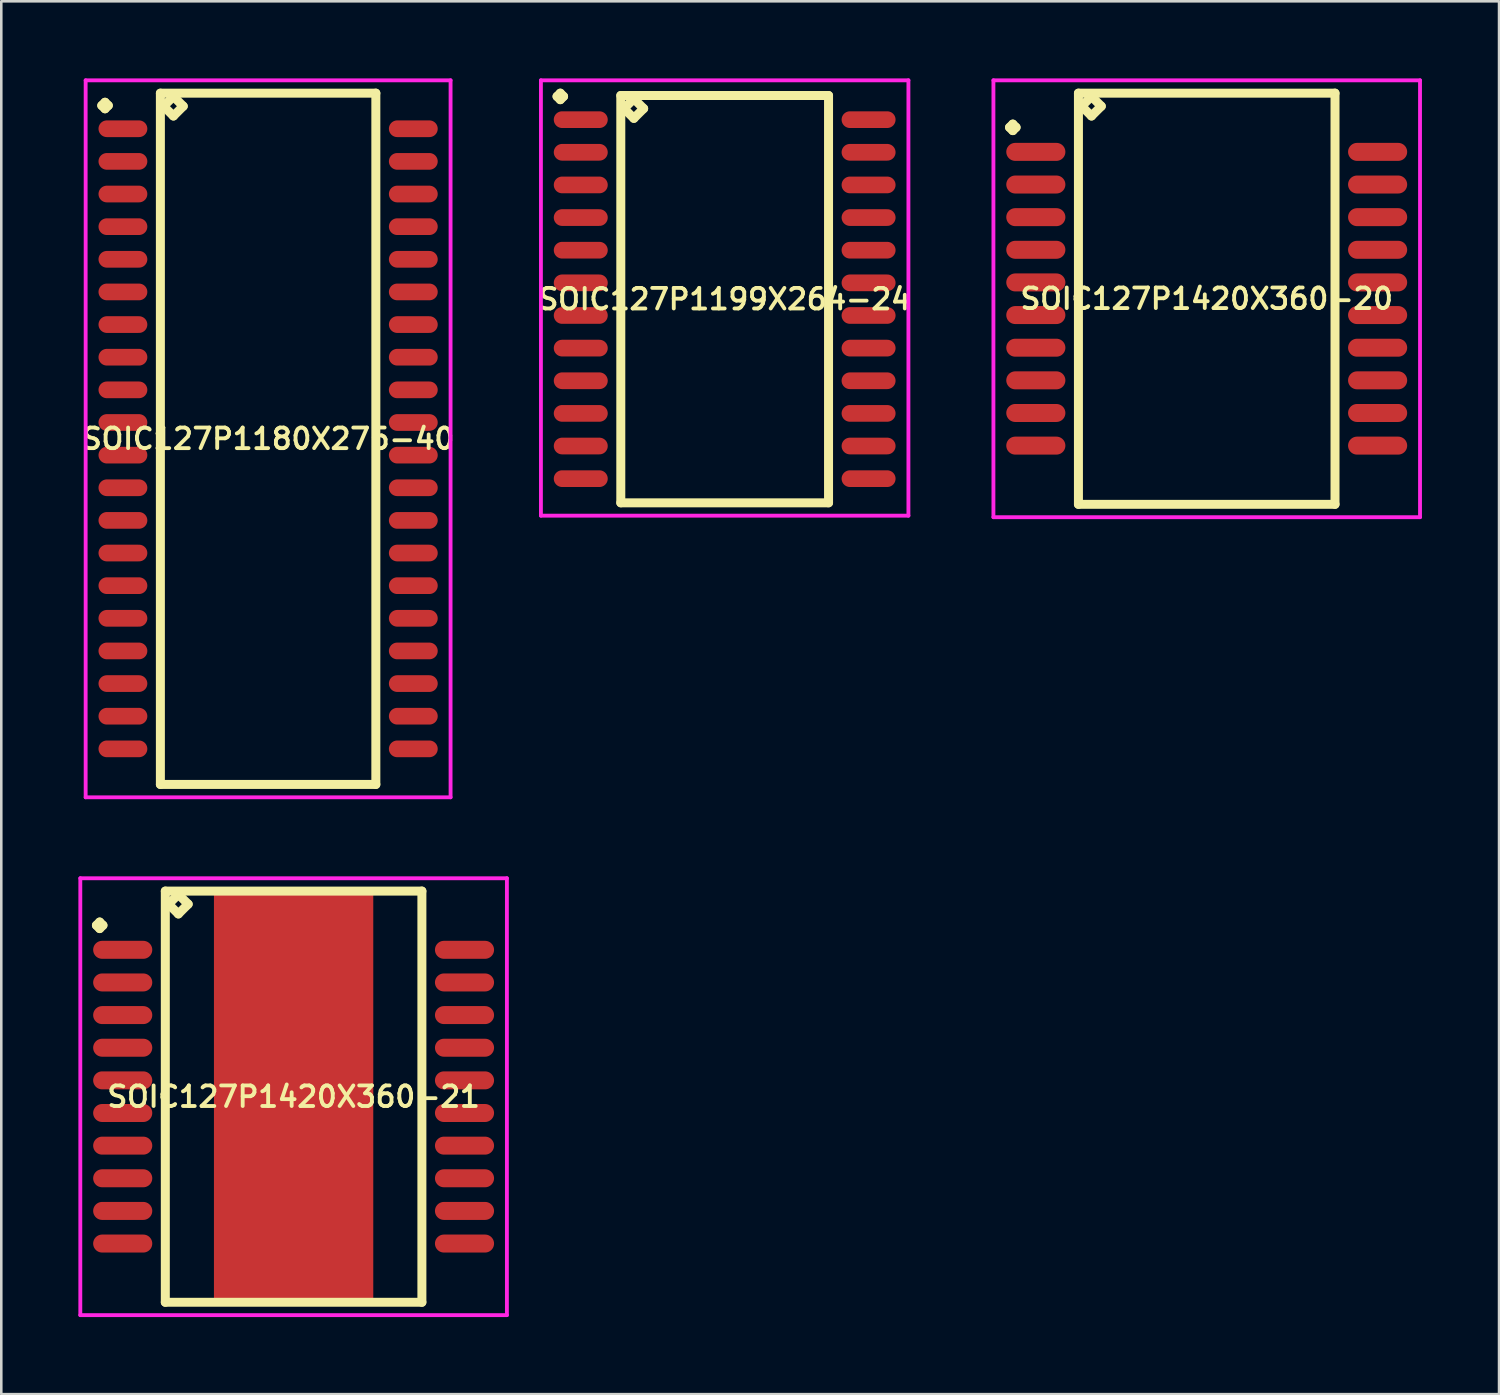
<source format=kicad_pcb>
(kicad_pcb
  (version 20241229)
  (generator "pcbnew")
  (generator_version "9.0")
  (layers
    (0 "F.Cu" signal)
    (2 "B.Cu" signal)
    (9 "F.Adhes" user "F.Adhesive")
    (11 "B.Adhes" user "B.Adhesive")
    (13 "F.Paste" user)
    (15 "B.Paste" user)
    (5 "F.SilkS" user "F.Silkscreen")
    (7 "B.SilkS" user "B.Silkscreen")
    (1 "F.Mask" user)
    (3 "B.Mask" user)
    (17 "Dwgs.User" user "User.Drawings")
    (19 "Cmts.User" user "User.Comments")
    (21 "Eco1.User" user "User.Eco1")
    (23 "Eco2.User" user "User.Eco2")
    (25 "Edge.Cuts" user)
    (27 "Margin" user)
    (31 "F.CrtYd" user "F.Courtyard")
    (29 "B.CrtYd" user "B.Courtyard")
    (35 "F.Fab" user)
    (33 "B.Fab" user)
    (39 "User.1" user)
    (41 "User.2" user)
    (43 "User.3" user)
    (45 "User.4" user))
  (footprint "SOIC127P1199X264-24"
    (layer "F.Cu")
    (at 25.149 8.591)
    (property "Reference" "SOIC127P1199X264-24" (at 0 0 0) (layer "F.SilkS") (effects (font (size 0.8 0.8) (thickness 0.15))))
    (attr smd)
    (fp_line (start -6.523 -7.889) (end -6.396 -8.016) (stroke (width 0.35) (type solid)) (layer "F.SilkS"))
    (fp_line (start -6.396 -8.016) (end -6.269 -7.889) (stroke (width 0.35) (type solid)) (layer "F.SilkS"))
    (fp_line (start -6.396 -7.762) (end -6.523 -7.889) (stroke (width 0.35) (type solid)) (layer "F.SilkS"))
    (fp_line (start -6.269 -7.889) (end -6.396 -7.762) (stroke (width 0.35) (type solid)) (layer "F.SilkS"))
    (fp_line (start -4.042 -7.925) (end -4.042 7.925) (stroke (width 0.35) (type solid)) (layer "F.SilkS"))
    (fp_line (start -4.042 7.925) (end 4.042 7.925) (stroke (width 0.35) (type solid)) (layer "F.SilkS"))
    (fp_line (start -3.915 -7.417) (end -3.534 -7.798) (stroke (width 0.35) (type solid)) (layer "F.SilkS"))
    (fp_line (start -3.534 -7.798) (end -3.153 -7.417) (stroke (width 0.35) (type solid)) (layer "F.SilkS"))
    (fp_line (start -3.534 -7.036) (end -3.915 -7.417) (stroke (width 0.35) (type solid)) (layer "F.SilkS"))
    (fp_line (start -3.153 -7.417) (end -3.534 -7.036) (stroke (width 0.35) (type solid)) (layer "F.SilkS"))
    (fp_line (start 4.042 -7.925) (end -4.042 -7.925) (stroke (width 0.35) (type solid)) (layer "F.SilkS"))
    (fp_line (start 4.042 7.925) (end 4.042 -7.925) (stroke (width 0.35) (type solid)) (layer "F.SilkS"))
    (fp_line (start -7.15 -8.516) (end 7.15 -8.516) (stroke (width 0.15) (type solid)) (layer "F.CrtYd"))
    (fp_line (start -7.15 8.425) (end -7.15 -8.516) (stroke (width 0.15) (type solid)) (layer "F.CrtYd"))
    (fp_line (start 7.15 -8.516) (end 7.15 8.425) (stroke (width 0.15) (type solid)) (layer "F.CrtYd"))
    (fp_line (start 7.15 8.425) (end -7.15 8.425) (stroke (width 0.15) (type solid)) (layer "F.CrtYd"))
    (pad "1" smd oval (at -5.6 -6.985) (size 2.1 0.65) (layers "F.Cu" "F.Mask" "F.Paste"))
    (pad "2" smd oval (at -5.6 -5.715) (size 2.1 0.65) (layers "F.Cu" "F.Mask" "F.Paste"))
    (pad "3" smd oval (at -5.6 -4.445) (size 2.1 0.65) (layers "F.Cu" "F.Mask" "F.Paste"))
    (pad "4" smd oval (at -5.6 -3.175) (size 2.1 0.65) (layers "F.Cu" "F.Mask" "F.Paste"))
    (pad "5" smd oval (at -5.6 -1.905) (size 2.1 0.65) (layers "F.Cu" "F.Mask" "F.Paste"))
    (pad "6" smd oval (at -5.6 -0.635) (size 2.1 0.65) (layers "F.Cu" "F.Mask" "F.Paste"))
    (pad "7" smd oval (at -5.6 0.635) (size 2.1 0.65) (layers "F.Cu" "F.Mask" "F.Paste"))
    (pad "8" smd oval (at -5.6 1.905) (size 2.1 0.65) (layers "F.Cu" "F.Mask" "F.Paste"))
    (pad "9" smd oval (at -5.6 3.175) (size 2.1 0.65) (layers "F.Cu" "F.Mask" "F.Paste"))
    (pad "10" smd oval (at -5.6 4.445) (size 2.1 0.65) (layers "F.Cu" "F.Mask" "F.Paste"))
    (pad "11" smd oval (at -5.6 5.715) (size 2.1 0.65) (layers "F.Cu" "F.Mask" "F.Paste"))
    (pad "12" smd oval (at -5.6 6.985) (size 2.1 0.65) (layers "F.Cu" "F.Mask" "F.Paste"))
    (pad "13" smd oval (at 5.6 6.985) (size 2.1 0.65) (layers "F.Cu" "F.Mask" "F.Paste"))
    (pad "14" smd oval (at 5.6 5.715) (size 2.1 0.65) (layers "F.Cu" "F.Mask" "F.Paste"))
    (pad "15" smd oval (at 5.6 4.445) (size 2.1 0.65) (layers "F.Cu" "F.Mask" "F.Paste"))
    (pad "16" smd oval (at 5.6 3.175) (size 2.1 0.65) (layers "F.Cu" "F.Mask" "F.Paste"))
    (pad "17" smd oval (at 5.6 1.905) (size 2.1 0.65) (layers "F.Cu" "F.Mask" "F.Paste"))
    (pad "18" smd oval (at 5.6 0.635) (size 2.1 0.65) (layers "F.Cu" "F.Mask" "F.Paste"))
    (pad "19" smd oval (at 5.6 -0.635) (size 2.1 0.65) (layers "F.Cu" "F.Mask" "F.Paste"))
    (pad "20" smd oval (at 5.6 -1.905) (size 2.1 0.65) (layers "F.Cu" "F.Mask" "F.Paste"))
    (pad "21" smd oval (at 5.6 -3.175) (size 2.1 0.65) (layers "F.Cu" "F.Mask" "F.Paste"))
    (pad "22" smd oval (at 5.6 -4.445) (size 2.1 0.65) (layers "F.Cu" "F.Mask" "F.Paste"))
    (pad "23" smd oval (at 5.6 -5.715) (size 2.1 0.65) (layers "F.Cu" "F.Mask" "F.Paste"))
    (pad "24" smd oval (at 5.6 -6.985) (size 2.1 0.65) (layers "F.Cu" "F.Mask" "F.Paste")))
  (footprint "SOIC127P1420X360-21"
    (layer "F.Cu")
    (at 8.375 39.625)
    (property "Reference" "SOIC127P1420X360-21" (at 0 0 0) (layer "F.SilkS") (effects (font (size 0.8 0.8) (thickness 0.15))))
    (attr smd)
    (fp_line (start -7.673 -6.669) (end -7.546 -6.796) (stroke (width 0.35) (type solid)) (layer "F.SilkS"))
    (fp_line (start -7.546 -6.796) (end -7.419 -6.669) (stroke (width 0.35) (type solid)) (layer "F.SilkS"))
    (fp_line (start -7.546 -6.542) (end -7.673 -6.669) (stroke (width 0.35) (type solid)) (layer "F.SilkS"))
    (fp_line (start -7.419 -6.669) (end -7.546 -6.542) (stroke (width 0.35) (type solid)) (layer "F.SilkS"))
    (fp_line (start -4.992 -8) (end -4.992 8) (stroke (width 0.35) (type solid)) (layer "F.SilkS"))
    (fp_line (start -4.992 8) (end 4.992 8) (stroke (width 0.35) (type solid)) (layer "F.SilkS"))
    (fp_line (start -4.865 -7.492) (end -4.484 -7.873) (stroke (width 0.35) (type solid)) (layer "F.SilkS"))
    (fp_line (start -4.484 -7.873) (end -4.103 -7.492) (stroke (width 0.35) (type solid)) (layer "F.SilkS"))
    (fp_line (start -4.484 -7.111) (end -4.865 -7.492) (stroke (width 0.35) (type solid)) (layer "F.SilkS"))
    (fp_line (start -4.103 -7.492) (end -4.484 -7.111) (stroke (width 0.35) (type solid)) (layer "F.SilkS"))
    (fp_line (start 4.992 -8) (end -4.992 -8) (stroke (width 0.35) (type solid)) (layer "F.SilkS"))
    (fp_line (start 4.992 8) (end 4.992 -8) (stroke (width 0.35) (type solid)) (layer "F.SilkS"))
    (fp_line (start -8.3 -8.5) (end 8.3 -8.5) (stroke (width 0.15) (type solid)) (layer "F.CrtYd"))
    (fp_line (start -8.3 8.5) (end -8.3 -8.5) (stroke (width 0.15) (type solid)) (layer "F.CrtYd"))
    (fp_line (start 8.3 -8.5) (end 8.3 8.5) (stroke (width 0.15) (type solid)) (layer "F.CrtYd"))
    (fp_line (start 8.3 8.5) (end -8.3 8.5) (stroke (width 0.15) (type solid)) (layer "F.CrtYd"))
    (pad "1" smd oval (at -6.65 -5.715) (size 2.3 0.7) (layers "F.Cu" "F.Mask" "F.Paste"))
    (pad "2" smd oval (at -6.65 -4.445) (size 2.3 0.7) (layers "F.Cu" "F.Mask" "F.Paste"))
    (pad "3" smd oval (at -6.65 -3.175) (size 2.3 0.7) (layers "F.Cu" "F.Mask" "F.Paste"))
    (pad "4" smd oval (at -6.65 -1.905) (size 2.3 0.7) (layers "F.Cu" "F.Mask" "F.Paste"))
    (pad "5" smd oval (at -6.65 -0.635) (size 2.3 0.7) (layers "F.Cu" "F.Mask" "F.Paste"))
    (pad "6" smd oval (at -6.65 0.635) (size 2.3 0.7) (layers "F.Cu" "F.Mask" "F.Paste"))
    (pad "7" smd oval (at -6.65 1.905) (size 2.3 0.7) (layers "F.Cu" "F.Mask" "F.Paste"))
    (pad "8" smd oval (at -6.65 3.175) (size 2.3 0.7) (layers "F.Cu" "F.Mask" "F.Paste"))
    (pad "9" smd oval (at -6.65 4.445) (size 2.3 0.7) (layers "F.Cu" "F.Mask" "F.Paste"))
    (pad "10" smd oval (at -6.65 5.715) (size 2.3 0.7) (layers "F.Cu" "F.Mask" "F.Paste"))
    (pad "11" smd oval (at 6.65 5.715) (size 2.3 0.7) (layers "F.Cu" "F.Mask" "F.Paste"))
    (pad "12" smd oval (at 6.65 4.445) (size 2.3 0.7) (layers "F.Cu" "F.Mask" "F.Paste"))
    (pad "13" smd oval (at 6.65 3.175) (size 2.3 0.7) (layers "F.Cu" "F.Mask" "F.Paste"))
    (pad "14" smd oval (at 6.65 1.905) (size 2.3 0.7) (layers "F.Cu" "F.Mask" "F.Paste"))
    (pad "15" smd oval (at 6.65 0.635) (size 2.3 0.7) (layers "F.Cu" "F.Mask" "F.Paste"))
    (pad "16" smd oval (at 6.65 -0.635) (size 2.3 0.7) (layers "F.Cu" "F.Mask" "F.Paste"))
    (pad "17" smd oval (at 6.65 -1.905) (size 2.3 0.7) (layers "F.Cu" "F.Mask" "F.Paste"))
    (pad "18" smd oval (at 6.65 -3.175) (size 2.3 0.7) (layers "F.Cu" "F.Mask" "F.Paste"))
    (pad "19" smd oval (at 6.65 -4.445) (size 2.3 0.7) (layers "F.Cu" "F.Mask" "F.Paste"))
    (pad "20" smd oval (at 6.65 -5.715) (size 2.3 0.7) (layers "F.Cu" "F.Mask" "F.Paste"))
    (pad "21" smd rect (at 0 0) (size 6.2 16) (layers "F.Cu" "F.Mask" "F.Paste")))
  (footprint "SOIC127P1420X360-20"
    (layer "F.Cu")
    (at 43.907 8.575)
    (property "Reference" "SOIC127P1420X360-20" (at 0 0 0) (layer "F.SilkS") (effects (font (size 0.8 0.8) (thickness 0.15))))
    (attr through_hole)
    (fp_line (start -7.673 -6.669) (end -7.546 -6.796) (stroke (width 0.35) (type solid)) (layer "F.SilkS"))
    (fp_line (start -7.546 -6.796) (end -7.419 -6.669) (stroke (width 0.35) (type solid)) (layer "F.SilkS"))
    (fp_line (start -7.546 -6.542) (end -7.673 -6.669) (stroke (width 0.35) (type solid)) (layer "F.SilkS"))
    (fp_line (start -7.419 -6.669) (end -7.546 -6.542) (stroke (width 0.35) (type solid)) (layer "F.SilkS"))
    (fp_line (start -4.992 -8) (end -4.992 8) (stroke (width 0.35) (type solid)) (layer "F.SilkS"))
    (fp_line (start -4.992 8) (end 4.992 8) (stroke (width 0.35) (type solid)) (layer "F.SilkS"))
    (fp_line (start -4.865 -7.492) (end -4.484 -7.873) (stroke (width 0.35) (type solid)) (layer "F.SilkS"))
    (fp_line (start -4.484 -7.873) (end -4.103 -7.492) (stroke (width 0.35) (type solid)) (layer "F.SilkS"))
    (fp_line (start -4.484 -7.111) (end -4.865 -7.492) (stroke (width 0.35) (type solid)) (layer "F.SilkS"))
    (fp_line (start -4.103 -7.492) (end -4.484 -7.111) (stroke (width 0.35) (type solid)) (layer "F.SilkS"))
    (fp_line (start 4.992 -8) (end -4.992 -8) (stroke (width 0.35) (type solid)) (layer "F.SilkS"))
    (fp_line (start 4.992 8) (end 4.992 -8) (stroke (width 0.35) (type solid)) (layer "F.SilkS"))
    (fp_line (start -8.3 -8.5) (end 8.3 -8.5) (stroke (width 0.15) (type solid)) (layer "F.CrtYd"))
    (fp_line (start -8.3 8.5) (end -8.3 -8.5) (stroke (width 0.15) (type solid)) (layer "F.CrtYd"))
    (fp_line (start 8.3 -8.5) (end 8.3 8.5) (stroke (width 0.15) (type solid)) (layer "F.CrtYd"))
    (fp_line (start 8.3 8.5) (end -8.3 8.5) (stroke (width 0.15) (type solid)) (layer "F.CrtYd"))
    (pad "1" smd oval (at -6.65 -5.715) (size 2.3 0.7) (layers "F.Cu" "F.Mask" "F.Paste"))
    (pad "2" smd oval (at -6.65 -4.445) (size 2.3 0.7) (layers "F.Cu" "F.Mask" "F.Paste"))
    (pad "3" smd oval (at -6.65 -3.175) (size 2.3 0.7) (layers "F.Cu" "F.Mask" "F.Paste"))
    (pad "4" smd oval (at -6.65 -1.905) (size 2.3 0.7) (layers "F.Cu" "F.Mask" "F.Paste"))
    (pad "5" smd oval (at -6.65 -0.635) (size 2.3 0.7) (layers "F.Cu" "F.Mask" "F.Paste"))
    (pad "6" smd oval (at -6.65 0.635) (size 2.3 0.7) (layers "F.Cu" "F.Mask" "F.Paste"))
    (pad "7" smd oval (at -6.65 1.905) (size 2.3 0.7) (layers "F.Cu" "F.Mask" "F.Paste"))
    (pad "8" smd oval (at -6.65 3.175) (size 2.3 0.7) (layers "F.Cu" "F.Mask" "F.Paste"))
    (pad "9" smd oval (at -6.65 4.445) (size 2.3 0.7) (layers "F.Cu" "F.Mask" "F.Paste"))
    (pad "10" smd oval (at -6.65 5.715) (size 2.3 0.7) (layers "F.Cu" "F.Mask" "F.Paste"))
    (pad "11" smd oval (at 6.65 5.715) (size 2.3 0.7) (layers "F.Cu" "F.Mask" "F.Paste"))
    (pad "12" smd oval (at 6.65 4.445) (size 2.3 0.7) (layers "F.Cu" "F.Mask" "F.Paste"))
    (pad "13" smd oval (at 6.65 3.175) (size 2.3 0.7) (layers "F.Cu" "F.Mask" "F.Paste"))
    (pad "14" smd oval (at 6.65 1.905) (size 2.3 0.7) (layers "F.Cu" "F.Mask" "F.Paste"))
    (pad "15" smd oval (at 6.65 0.635) (size 2.3 0.7) (layers "F.Cu" "F.Mask" "F.Paste"))
    (pad "16" smd oval (at 6.65 -0.635) (size 2.3 0.7) (layers "F.Cu" "F.Mask" "F.Paste"))
    (pad "17" smd oval (at 6.65 -1.905) (size 2.3 0.7) (layers "F.Cu" "F.Mask" "F.Paste"))
    (pad "18" smd oval (at 6.65 -3.175) (size 2.3 0.7) (layers "F.Cu" "F.Mask" "F.Paste"))
    (pad "19" smd oval (at 6.65 -4.445) (size 2.3 0.7) (layers "F.Cu" "F.Mask" "F.Paste"))
    (pad "20" smd oval (at 6.65 -5.715) (size 2.3 0.7) (layers "F.Cu" "F.Mask" "F.Paste")))
  (footprint "SOIC127P1180X275-40"
    (layer "F.Cu")
    (at 7.383 14.025)
    (property "Reference" "SOIC127P1180X275-40" (at 0 0 0) (layer "F.SilkS") (effects (font (size 0.8 0.8) (thickness 0.15))))
    (attr through_hole)
    (fp_line (start -6.473 -12.969) (end -6.346 -13.096) (stroke (width 0.35) (type solid)) (layer "F.SilkS"))
    (fp_line (start -6.346 -13.096) (end -6.219 -12.969) (stroke (width 0.35) (type solid)) (layer "F.SilkS"))
    (fp_line (start -6.346 -12.842) (end -6.473 -12.969) (stroke (width 0.35) (type solid)) (layer "F.SilkS"))
    (fp_line (start -6.219 -12.969) (end -6.346 -12.842) (stroke (width 0.35) (type solid)) (layer "F.SilkS"))
    (fp_line (start -4.192 -13.45) (end -4.192 13.45) (stroke (width 0.35) (type solid)) (layer "F.SilkS"))
    (fp_line (start -4.192 13.45) (end 4.192 13.45) (stroke (width 0.35) (type solid)) (layer "F.SilkS"))
    (fp_line (start -4.065 -12.942) (end -3.684 -13.323) (stroke (width 0.35) (type solid)) (layer "F.SilkS"))
    (fp_line (start -3.684 -13.323) (end -3.303 -12.942) (stroke (width 0.35) (type solid)) (layer "F.SilkS"))
    (fp_line (start -3.684 -12.561) (end -4.065 -12.942) (stroke (width 0.35) (type solid)) (layer "F.SilkS"))
    (fp_line (start -3.303 -12.942) (end -3.684 -12.561) (stroke (width 0.35) (type solid)) (layer "F.SilkS"))
    (fp_line (start 4.192 -13.45) (end -4.192 -13.45) (stroke (width 0.35) (type solid)) (layer "F.SilkS"))
    (fp_line (start 4.192 13.45) (end 4.192 -13.45) (stroke (width 0.35) (type solid)) (layer "F.SilkS"))
    (fp_line (start -7.1 -13.95) (end 7.1 -13.95) (stroke (width 0.15) (type solid)) (layer "F.CrtYd"))
    (fp_line (start -7.1 13.95) (end -7.1 -13.95) (stroke (width 0.15) (type solid)) (layer "F.CrtYd"))
    (fp_line (start 7.1 -13.95) (end 7.1 13.95) (stroke (width 0.15) (type solid)) (layer "F.CrtYd"))
    (fp_line (start 7.1 13.95) (end -7.1 13.95) (stroke (width 0.15) (type solid)) (layer "F.CrtYd"))
    (pad "1" smd oval (at -5.65 -12.065) (size 1.9 0.65) (layers "F.Cu" "F.Mask" "F.Paste"))
    (pad "2" smd oval (at -5.65 -10.795) (size 1.9 0.65) (layers "F.Cu" "F.Mask" "F.Paste"))
    (pad "3" smd oval (at -5.65 -9.525) (size 1.9 0.65) (layers "F.Cu" "F.Mask" "F.Paste"))
    (pad "4" smd oval (at -5.65 -8.255) (size 1.9 0.65) (layers "F.Cu" "F.Mask" "F.Paste"))
    (pad "5" smd oval (at -5.65 -6.985) (size 1.9 0.65) (layers "F.Cu" "F.Mask" "F.Paste"))
    (pad "6" smd oval (at -5.65 -5.715) (size 1.9 0.65) (layers "F.Cu" "F.Mask" "F.Paste"))
    (pad "7" smd oval (at -5.65 -4.445) (size 1.9 0.65) (layers "F.Cu" "F.Mask" "F.Paste"))
    (pad "8" smd oval (at -5.65 -3.175) (size 1.9 0.65) (layers "F.Cu" "F.Mask" "F.Paste"))
    (pad "9" smd oval (at -5.65 -1.905) (size 1.9 0.65) (layers "F.Cu" "F.Mask" "F.Paste"))
    (pad "10" smd oval (at -5.65 -0.635) (size 1.9 0.65) (layers "F.Cu" "F.Mask" "F.Paste"))
    (pad "11" smd oval (at -5.65 0.635) (size 1.9 0.65) (layers "F.Cu" "F.Mask" "F.Paste"))
    (pad "12" smd oval (at -5.65 1.905) (size 1.9 0.65) (layers "F.Cu" "F.Mask" "F.Paste"))
    (pad "13" smd oval (at -5.65 3.175) (size 1.9 0.65) (layers "F.Cu" "F.Mask" "F.Paste"))
    (pad "14" smd oval (at -5.65 4.445) (size 1.9 0.65) (layers "F.Cu" "F.Mask" "F.Paste"))
    (pad "15" smd oval (at -5.65 5.715) (size 1.9 0.65) (layers "F.Cu" "F.Mask" "F.Paste"))
    (pad "16" smd oval (at -5.65 6.985) (size 1.9 0.65) (layers "F.Cu" "F.Mask" "F.Paste"))
    (pad "17" smd oval (at -5.65 8.255) (size 1.9 0.65) (layers "F.Cu" "F.Mask" "F.Paste"))
    (pad "18" smd oval (at -5.65 9.525) (size 1.9 0.65) (layers "F.Cu" "F.Mask" "F.Paste"))
    (pad "19" smd oval (at -5.65 10.795) (size 1.9 0.65) (layers "F.Cu" "F.Mask" "F.Paste"))
    (pad "20" smd oval (at -5.65 12.065) (size 1.9 0.65) (layers "F.Cu" "F.Mask" "F.Paste"))
    (pad "21" smd oval (at 5.65 12.065) (size 1.9 0.65) (layers "F.Cu" "F.Mask" "F.Paste"))
    (pad "22" smd oval (at 5.65 10.795) (size 1.9 0.65) (layers "F.Cu" "F.Mask" "F.Paste"))
    (pad "23" smd oval (at 5.65 9.525) (size 1.9 0.65) (layers "F.Cu" "F.Mask" "F.Paste"))
    (pad "24" smd oval (at 5.65 8.255) (size 1.9 0.65) (layers "F.Cu" "F.Mask" "F.Paste"))
    (pad "25" smd oval (at 5.65 6.985) (size 1.9 0.65) (layers "F.Cu" "F.Mask" "F.Paste"))
    (pad "26" smd oval (at 5.65 5.715) (size 1.9 0.65) (layers "F.Cu" "F.Mask" "F.Paste"))
    (pad "27" smd oval (at 5.65 4.445) (size 1.9 0.65) (layers "F.Cu" "F.Mask" "F.Paste"))
    (pad "28" smd oval (at 5.65 3.175) (size 1.9 0.65) (layers "F.Cu" "F.Mask" "F.Paste"))
    (pad "29" smd oval (at 5.65 1.905) (size 1.9 0.65) (layers "F.Cu" "F.Mask" "F.Paste"))
    (pad "30" smd oval (at 5.65 0.635) (size 1.9 0.65) (layers "F.Cu" "F.Mask" "F.Paste"))
    (pad "31" smd oval (at 5.65 -0.635) (size 1.9 0.65) (layers "F.Cu" "F.Mask" "F.Paste"))
    (pad "32" smd oval (at 5.65 -1.905) (size 1.9 0.65) (layers "F.Cu" "F.Mask" "F.Paste"))
    (pad "33" smd oval (at 5.65 -3.175) (size 1.9 0.65) (layers "F.Cu" "F.Mask" "F.Paste"))
    (pad "34" smd oval (at 5.65 -4.445) (size 1.9 0.65) (layers "F.Cu" "F.Mask" "F.Paste"))
    (pad "35" smd oval (at 5.65 -5.715) (size 1.9 0.65) (layers "F.Cu" "F.Mask" "F.Paste"))
    (pad "36" smd oval (at 5.65 -6.985) (size 1.9 0.65) (layers "F.Cu" "F.Mask" "F.Paste"))
    (pad "37" smd oval (at 5.65 -8.255) (size 1.9 0.65) (layers "F.Cu" "F.Mask" "F.Paste"))
    (pad "38" smd oval (at 5.65 -9.525) (size 1.9 0.65) (layers "F.Cu" "F.Mask" "F.Paste"))
    (pad "39" smd oval (at 5.65 -10.795) (size 1.9 0.65) (layers "F.Cu" "F.Mask" "F.Paste"))
    (pad "40" smd oval (at 5.65 -12.065) (size 1.9 0.65) (layers "F.Cu" "F.Mask" "F.Paste")))
  (gr_rect
    (start -3 -3)
    (end 55.282 51.2)
    (stroke (width 0.1) (type default))
    (fill no)
    (layer "Edge.Cuts")))
</source>
